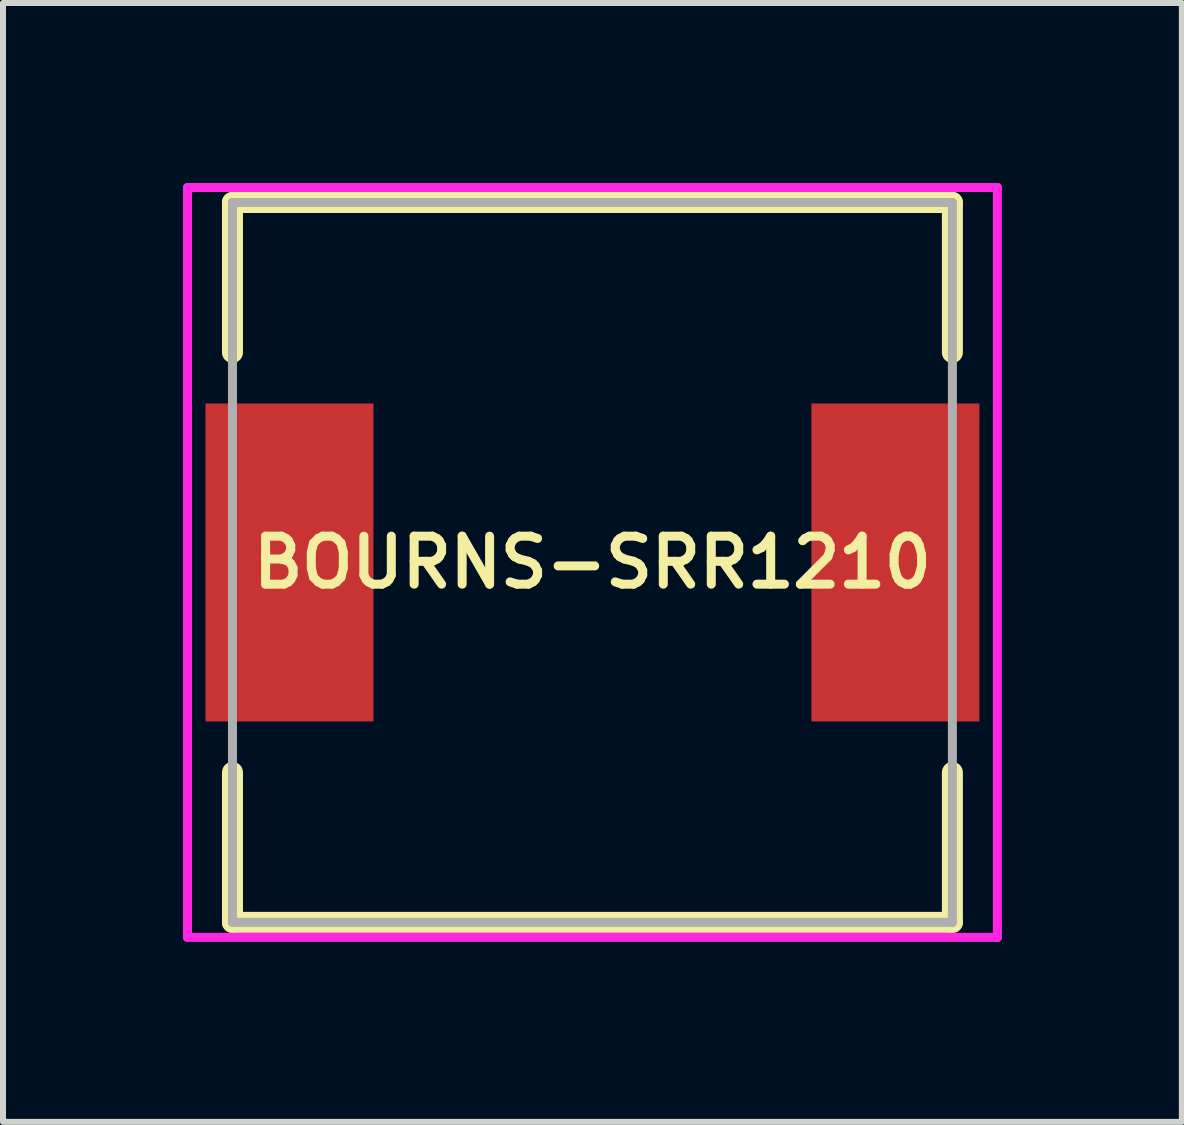
<source format=kicad_pcb>
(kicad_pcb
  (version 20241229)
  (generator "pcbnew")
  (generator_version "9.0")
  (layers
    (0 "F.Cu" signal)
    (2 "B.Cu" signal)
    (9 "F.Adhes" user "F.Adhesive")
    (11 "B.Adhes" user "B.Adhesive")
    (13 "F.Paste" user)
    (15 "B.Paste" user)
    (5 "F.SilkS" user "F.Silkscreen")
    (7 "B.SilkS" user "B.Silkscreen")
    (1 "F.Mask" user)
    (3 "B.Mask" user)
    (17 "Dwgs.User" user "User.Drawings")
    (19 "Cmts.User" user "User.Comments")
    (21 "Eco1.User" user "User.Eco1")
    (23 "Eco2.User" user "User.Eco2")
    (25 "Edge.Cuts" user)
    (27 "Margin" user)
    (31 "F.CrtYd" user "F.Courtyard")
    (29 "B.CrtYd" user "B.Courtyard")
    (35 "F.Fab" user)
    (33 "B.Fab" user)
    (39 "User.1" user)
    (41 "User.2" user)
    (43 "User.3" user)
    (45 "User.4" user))
  (footprint "BOURNS-SRR1210"
    (layer "F.Cu")
    (at 6.825 6.325)
    (property "Reference" "BOURNS-SRR1210" (at 0 0 0) (layer "F.SilkS") (effects (font (size 0.8 0.8) (thickness 0.15))))
    (attr through_hole)
    (fp_line (start -6 -6) (end 6 -6) (stroke (width 0.35) (type solid)) (layer "F.SilkS"))
    (fp_line (start -6 -3.5) (end -6 -6) (stroke (width 0.35) (type solid)) (layer "F.SilkS"))
    (fp_line (start -6 6) (end -6 3.5) (stroke (width 0.35) (type solid)) (layer "F.SilkS"))
    (fp_line (start 6 -6) (end 6 -3.5) (stroke (width 0.35) (type solid)) (layer "F.SilkS"))
    (fp_line (start 6 3.5) (end 6 6) (stroke (width 0.35) (type solid)) (layer "F.SilkS"))
    (fp_line (start 6 6) (end -6 6) (stroke (width 0.35) (type solid)) (layer "F.SilkS"))
    (fp_line (start -6.75 -6.25) (end 6.75 -6.25) (stroke (width 0.15) (type solid)) (layer "F.CrtYd"))
    (fp_line (start -6.75 6.25) (end -6.75 -6.25) (stroke (width 0.15) (type solid)) (layer "F.CrtYd"))
    (fp_line (start 6.75 -6.25) (end 6.75 6) (stroke (width 0.15) (type solid)) (layer "F.CrtYd"))
    (fp_line (start 6.75 6) (end 6.75 6.25) (stroke (width 0.15) (type solid)) (layer "F.CrtYd"))
    (fp_line (start 6.75 6.25) (end -6.75 6.25) (stroke (width 0.15) (type solid)) (layer "F.CrtYd"))
    (fp_line (start -6 -6) (end -6 6) (stroke (width 0.15) (type solid)) (layer "F.Fab"))
    (fp_line (start -6 6) (end 6 6) (stroke (width 0.15) (type solid)) (layer "F.Fab"))
    (fp_line (start 6 -6) (end -6 -6) (stroke (width 0.15) (type solid)) (layer "F.Fab"))
    (fp_line (start 6 6) (end 6 -6) (stroke (width 0.15) (type solid)) (layer "F.Fab"))
    (pad "1" smd rect (at -5.05 0) (size 2.8 5.3) (layers "F.Cu" "F.Mask" "F.Paste"))
    (pad "2" smd rect (at 5.05 0) (size 2.8 5.3) (layers "F.Cu" "F.Mask" "F.Paste")))
  (gr_rect
    (start -3 -3)
    (end 16.65 15.65)
    (stroke (width 0.1) (type default))
    (fill no)
    (layer "Edge.Cuts")))
</source>
